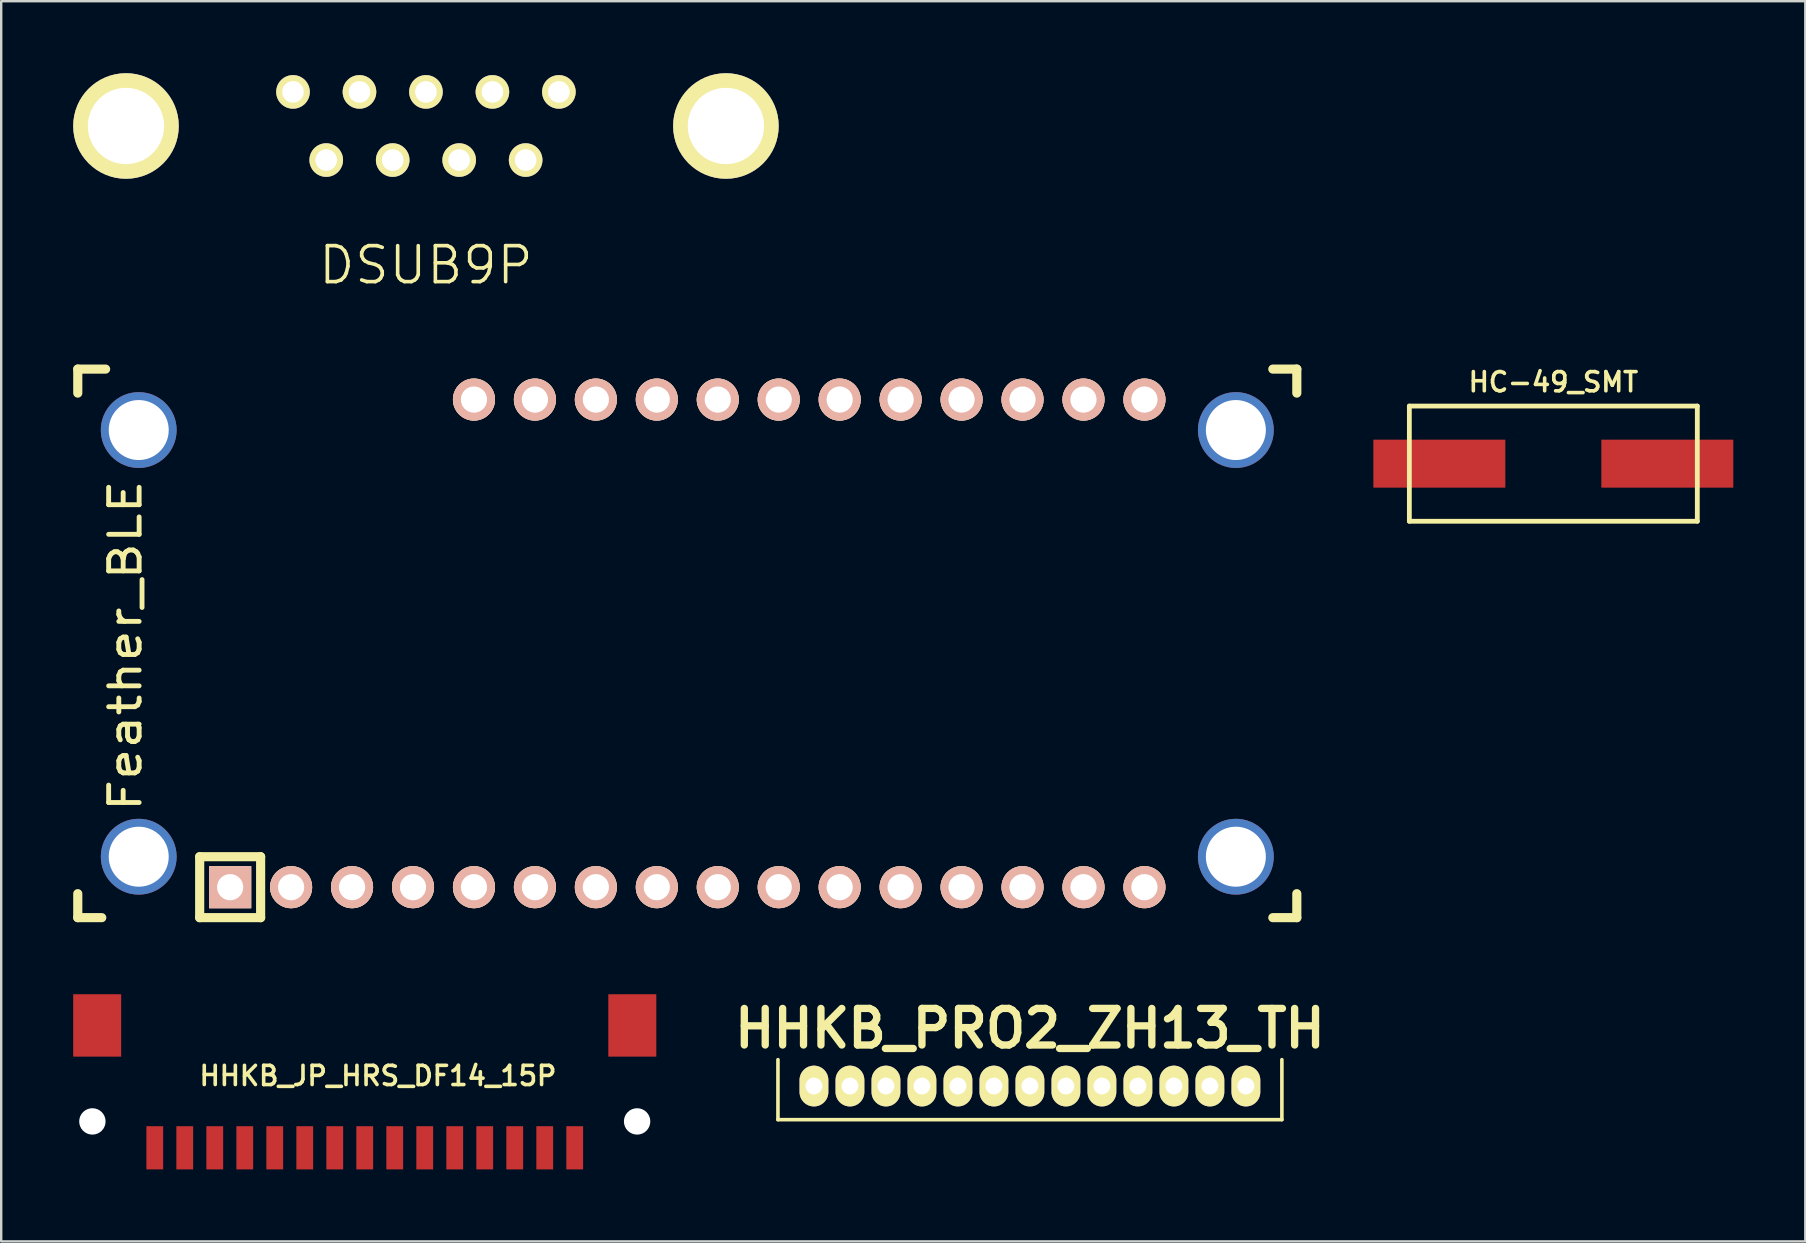
<source format=kicad_pcb>
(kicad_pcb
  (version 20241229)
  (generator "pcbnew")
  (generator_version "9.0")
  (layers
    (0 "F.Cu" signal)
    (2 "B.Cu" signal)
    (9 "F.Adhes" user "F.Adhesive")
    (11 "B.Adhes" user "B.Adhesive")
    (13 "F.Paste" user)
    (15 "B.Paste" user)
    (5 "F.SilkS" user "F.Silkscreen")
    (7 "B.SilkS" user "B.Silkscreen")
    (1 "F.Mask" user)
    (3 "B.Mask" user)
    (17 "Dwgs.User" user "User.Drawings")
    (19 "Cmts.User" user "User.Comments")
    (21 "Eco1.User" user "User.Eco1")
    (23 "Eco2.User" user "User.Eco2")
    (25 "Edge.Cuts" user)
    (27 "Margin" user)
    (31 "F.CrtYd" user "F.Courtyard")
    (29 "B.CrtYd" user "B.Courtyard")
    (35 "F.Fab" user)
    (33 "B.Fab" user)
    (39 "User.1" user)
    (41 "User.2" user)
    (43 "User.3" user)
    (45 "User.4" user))
  (footprint "HC-49_SMT"
    (layer "F.Cu")
    (at 61.681 16.272)
    (property "Reference" "HC-49_SMT" (at 0 -3.4 0) (layer "F.SilkS") (effects (font (size 0.8 0.8) (thickness 0.15))))
    (attr through_hole)
    (fp_line (start -6 -2.4) (end 6 -2.4) (stroke (width 0.2) (type solid)) (layer "F.SilkS"))
    (fp_line (start -6 2.4) (end -6 -2.4) (stroke (width 0.2) (type solid)) (layer "F.SilkS"))
    (fp_line (start 6 -2.4) (end 6 2.4) (stroke (width 0.2) (type solid)) (layer "F.SilkS"))
    (fp_line (start 6 2.4) (end -6 2.4) (stroke (width 0.2) (type solid)) (layer "F.SilkS"))
    (pad "1" smd rect (at -4.75 0) (size 5.5 2) (layers "F.Cu" "F.Mask" "F.Paste"))
    (pad "2" smd rect (at 4.75 0) (size 5.5 2) (layers "F.Cu" "F.Mask" "F.Paste")))
  (footprint "HHKB_JP_HRS_DF14_15P"
    (layer "F.Cu")
    (at 3.4 44.782)
    (property "Reference" "HHKB_JP_HRS_DF14_15P" (at 9.3 -3 0) (layer "F.SilkS") (effects (font (size 0.8 0.8) (thickness 0.15))))
    (attr through_hole)
    (pad "" np_thru_hole circle (at -2.6 -1.1) (size 1.1 1.1) (drill 1.1) (layers "*.Cu" "*.Mask"))
    (pad "" np_thru_hole circle (at 20.1 -1.1) (size 1.1 1.1) (drill 1.1) (layers "*.Cu" "*.Mask"))
    (pad "1" smd rect (at 17.5 0) (size 0.7 1.8) (layers "F.Cu" "F.Mask" "F.Paste"))
    (pad "2" smd rect (at 16.25 0) (size 0.7 1.8) (layers "F.Cu" "F.Mask" "F.Paste"))
    (pad "3" smd rect (at 15 0) (size 0.7 1.8) (layers "F.Cu" "F.Mask" "F.Paste"))
    (pad "4" smd rect (at 13.75 0) (size 0.7 1.8) (layers "F.Cu" "F.Mask" "F.Paste"))
    (pad "5" smd rect (at 12.5 0) (size 0.7 1.8) (layers "F.Cu" "F.Mask" "F.Paste"))
    (pad "6" smd rect (at 11.25 0) (size 0.7 1.8) (layers "F.Cu" "F.Mask" "F.Paste"))
    (pad "7" smd rect (at 10 0) (size 0.7 1.8) (layers "F.Cu" "F.Mask" "F.Paste"))
    (pad "8" smd rect (at 8.75 0) (size 0.7 1.8) (layers "F.Cu" "F.Mask" "F.Paste"))
    (pad "9" smd rect (at 7.5 0) (size 0.7 1.8) (layers "F.Cu" "F.Mask" "F.Paste"))
    (pad "10" smd rect (at 6.25 0) (size 0.7 1.8) (layers "F.Cu" "F.Mask" "F.Paste"))
    (pad "11" smd rect (at 5 0) (size 0.7 1.8) (layers "F.Cu" "F.Mask" "F.Paste"))
    (pad "12" smd rect (at 3.75 0) (size 0.7 1.8) (layers "F.Cu" "F.Mask" "F.Paste"))
    (pad "13" smd rect (at 2.5 0) (size 0.7 1.8) (layers "F.Cu" "F.Mask" "F.Paste"))
    (pad "14" smd rect (at 1.25 0) (size 0.7 1.8) (layers "F.Cu" "F.Mask" "F.Paste"))
    (pad "15" smd rect (at 0 0) (size 0.7 1.8) (layers "F.Cu" "F.Mask" "F.Paste"))
    (pad "16" smd rect (at -2.4 -5.1) (size 2 2.6) (layers "F.Cu" "F.Mask" "F.Paste"))
    (pad "17" smd rect (at 19.9 -5.1) (size 2 2.6) (layers "F.Cu" "F.Mask" "F.Paste")))
  (footprint "HHKB_PRO2_ZH13_TH"
    (layer "F.Cu")
    (at 39.869 42.208)
    (property "Reference" "HHKB_PRO2_ZH13_TH" (at 0 -2.4 0) (layer "F.SilkS") (effects (font (size 1.524 1.524) (thickness 0.305))))
    (attr through_hole)
    (fp_line (start -10.5 1.4) (end -10.5 -1.1) (stroke (width 0.15) (type solid)) (layer "F.SilkS"))
    (fp_line (start 10.5 -1.1) (end 10.5 1.4) (stroke (width 0.15) (type solid)) (layer "F.SilkS"))
    (fp_line (start 10.5 1.4) (end -10.5 1.4) (stroke (width 0.15) (type solid)) (layer "F.SilkS"))
    (pad "1" thru_hole oval (at 9 0) (size 1.2 1.7) (drill 0.7) (layers "*.Cu" "*.Mask" "F.SilkS"))
    (pad "2" thru_hole oval (at 7.5 0) (size 1.2 1.7) (drill 0.7) (layers "*.Cu" "*.Mask" "F.SilkS"))
    (pad "3" thru_hole oval (at 6 0) (size 1.2 1.7) (drill 0.7) (layers "*.Cu" "*.Mask" "F.SilkS"))
    (pad "4" thru_hole oval (at 4.5 0) (size 1.2 1.7) (drill 0.7) (layers "*.Cu" "*.Mask" "F.SilkS"))
    (pad "5" thru_hole oval (at 3 0) (size 1.2 1.7) (drill 0.7) (layers "*.Cu" "*.Mask" "F.SilkS"))
    (pad "6" thru_hole oval (at 1.5 0) (size 1.2 1.7) (drill 0.7) (layers "*.Cu" "*.Mask" "F.SilkS"))
    (pad "7" thru_hole oval (at 0 0) (size 1.2 1.7) (drill 0.7) (layers "*.Cu" "*.Mask" "F.SilkS"))
    (pad "8" thru_hole oval (at -1.5 0) (size 1.2 1.7) (drill 0.7) (layers "*.Cu" "*.Mask" "F.SilkS"))
    (pad "9" thru_hole oval (at -3 0) (size 1.2 1.7) (drill 0.7) (layers "*.Cu" "*.Mask" "F.SilkS"))
    (pad "10" thru_hole oval (at -4.5 0) (size 1.2 1.7) (drill 0.7) (layers "*.Cu" "*.Mask" "F.SilkS"))
    (pad "11" thru_hole oval (at -6 0) (size 1.2 1.7) (drill 0.7) (layers "*.Cu" "*.Mask" "F.SilkS"))
    (pad "12" thru_hole oval (at -7.5 0) (size 1.2 1.7) (drill 0.7) (layers "*.Cu" "*.Mask" "F.SilkS"))
    (pad "13" thru_hole oval (at -9 0) (size 1.2 1.7) (drill 0.7) (layers "*.Cu" "*.Mask" "F.SilkS")))
  (footprint "Feather_BLE"
    (layer "F.Cu")
    (at 30.671 23.761)
    (property "Reference" "Feather_BLE" (at -28.5 0.1 270) (layer "F.SilkS") (effects (font (size 1.27 1.524) (thickness 0.203))))
    (attr through_hole)
    (fp_line (start -30.48 -11.43) (end -30.48 -10.43) (stroke (width 0.381) (type solid)) (layer "F.SilkS"))
    (fp_line (start -30.48 10.43) (end -30.48 11.43) (stroke (width 0.381) (type solid)) (layer "F.SilkS"))
    (fp_line (start -30.48 11.43) (end -29.48 11.43) (stroke (width 0.381) (type solid)) (layer "F.SilkS"))
    (fp_line (start -29.32 -11.43) (end -30.48 -11.43) (stroke (width 0.381) (type solid)) (layer "F.SilkS"))
    (fp_line (start -25.4 8.89) (end -25.4 11.43) (stroke (width 0.381) (type solid)) (layer "F.SilkS"))
    (fp_line (start -25.4 8.89) (end -22.86 8.89) (stroke (width 0.381) (type solid)) (layer "F.SilkS"))
    (fp_line (start -25.4 11.43) (end -22.86 11.43) (stroke (width 0.381) (type solid)) (layer "F.SilkS"))
    (fp_line (start -22.86 8.89) (end -22.86 11.43) (stroke (width 0.381) (type solid)) (layer "F.SilkS"))
    (fp_line (start 19.32 11.43) (end 20.32 11.43) (stroke (width 0.381) (type solid)) (layer "F.SilkS"))
    (fp_line (start 20.32 -11.43) (end 19.32 -11.43) (stroke (width 0.381) (type solid)) (layer "F.SilkS"))
    (fp_line (start 20.32 -10.43) (end 20.32 -11.43) (stroke (width 0.381) (type solid)) (layer "F.SilkS"))
    (fp_line (start 20.32 11.43) (end 20.32 10.43) (stroke (width 0.381) (type solid)) (layer "F.SilkS"))
    (pad "1" thru_hole circle (at -27.94 -8.89) (size 3.16 3.16) (drill 2.5) (layers "*.Cu" "*.Mask"))
    (pad "1" thru_hole circle (at -27.94 8.89) (size 3.16 3.16) (drill 2.5) (layers "*.Cu" "*.Mask"))
    (pad "1" thru_hole rect (at -24.13 10.16) (size 1.753 1.753) (drill 1.092) (layers "*.Cu" "*.SilkS" "*.Mask"))
    (pad "1" thru_hole circle (at 17.78 -8.89) (size 3.16 3.16) (drill 2.5) (layers "*.Cu" "*.Mask"))
    (pad "1" thru_hole circle (at 17.78 8.89) (size 3.16 3.16) (drill 2.5) (layers "*.Cu" "*.Mask"))
    (pad "2" thru_hole circle (at -21.59 10.16) (size 1.753 1.753) (drill 1.092) (layers "*.Cu" "*.SilkS" "*.Mask"))
    (pad "3" thru_hole circle (at -19.05 10.16) (size 1.753 1.753) (drill 1.092) (layers "*.Cu" "*.SilkS" "*.Mask"))
    (pad "4" thru_hole circle (at -16.51 10.16) (size 1.753 1.753) (drill 1.092) (layers "*.Cu" "*.SilkS" "*.Mask"))
    (pad "5" thru_hole circle (at -13.97 10.16) (size 1.753 1.753) (drill 1.092) (layers "*.Cu" "*.SilkS" "*.Mask"))
    (pad "6" thru_hole circle (at -11.43 10.16) (size 1.753 1.753) (drill 1.092) (layers "*.Cu" "*.SilkS" "*.Mask"))
    (pad "7" thru_hole circle (at -8.89 10.16) (size 1.753 1.753) (drill 1.092) (layers "*.Cu" "*.SilkS" "*.Mask"))
    (pad "8" thru_hole circle (at -6.35 10.16) (size 1.753 1.753) (drill 1.092) (layers "*.Cu" "*.SilkS" "*.Mask"))
    (pad "9" thru_hole circle (at -3.81 10.16) (size 1.753 1.753) (drill 1.092) (layers "*.Cu" "*.SilkS" "*.Mask"))
    (pad "10" thru_hole circle (at -1.27 10.16) (size 1.753 1.753) (drill 1.092) (layers "*.Cu" "*.SilkS" "*.Mask"))
    (pad "11" thru_hole circle (at 1.27 10.16) (size 1.753 1.753) (drill 1.092) (layers "*.Cu" "*.SilkS" "*.Mask"))
    (pad "12" thru_hole circle (at 3.81 10.16) (size 1.753 1.753) (drill 1.092) (layers "*.Cu" "*.SilkS" "*.Mask"))
    (pad "13" thru_hole circle (at 6.35 10.16) (size 1.753 1.753) (drill 1.092) (layers "*.Cu" "*.SilkS" "*.Mask"))
    (pad "14" thru_hole circle (at 8.89 10.16) (size 1.753 1.753) (drill 1.092) (layers "*.Cu" "*.SilkS" "*.Mask"))
    (pad "15" thru_hole circle (at 11.43 10.16) (size 1.753 1.753) (drill 1.092) (layers "*.Cu" "*.SilkS" "*.Mask"))
    (pad "16" thru_hole circle (at 13.97 10.16) (size 1.753 1.753) (drill 1.092) (layers "*.Cu" "*.SilkS" "*.Mask"))
    (pad "17" thru_hole circle (at 13.97 -10.16) (size 1.753 1.753) (drill 1.092) (layers "*.Cu" "*.SilkS" "*.Mask"))
    (pad "18" thru_hole circle (at 11.43 -10.16) (size 1.753 1.753) (drill 1.092) (layers "*.Cu" "*.SilkS" "*.Mask"))
    (pad "19" thru_hole circle (at 8.89 -10.16) (size 1.753 1.753) (drill 1.092) (layers "*.Cu" "*.SilkS" "*.Mask"))
    (pad "20" thru_hole circle (at 6.35 -10.16) (size 1.753 1.753) (drill 1.092) (layers "*.Cu" "*.SilkS" "*.Mask"))
    (pad "21" thru_hole circle (at 3.81 -10.16) (size 1.753 1.753) (drill 1.092) (layers "*.Cu" "*.SilkS" "*.Mask"))
    (pad "22" thru_hole circle (at 1.27 -10.16) (size 1.753 1.753) (drill 1.092) (layers "*.Cu" "*.SilkS" "*.Mask"))
    (pad "23" thru_hole circle (at -1.27 -10.16) (size 1.753 1.753) (drill 1.092) (layers "*.Cu" "*.SilkS" "*.Mask"))
    (pad "24" thru_hole circle (at -3.81 -10.16) (size 1.753 1.753) (drill 1.092) (layers "*.Cu" "*.SilkS" "*.Mask"))
    (pad "25" thru_hole circle (at -6.35 -10.16) (size 1.753 1.753) (drill 1.092) (layers "*.Cu" "*.SilkS" "*.Mask"))
    (pad "26" thru_hole circle (at -8.89 -10.16) (size 1.753 1.753) (drill 1.092) (layers "*.Cu" "*.SilkS" "*.Mask"))
    (pad "27" thru_hole circle (at -11.43 -10.16) (size 1.753 1.753) (drill 1.092) (layers "*.Cu" "*.SilkS" "*.Mask"))
    (pad "28" thru_hole circle (at -13.97 -10.16) (size 1.753 1.753) (drill 1.092) (layers "*.Cu" "*.SilkS" "*.Mask")))
  (footprint "DSUB9P"
    (layer "F.Cu")
    (at 14.7 2.2)
    (property "Reference" "DSUB9P" (at 0 5.8 0) (layer "F.SilkS") (effects (font (size 1.5 1.5) (thickness 0.15))))
    (attr through_hole)
    (pad "1" thru_hole circle (at 5.54 -1.42) (size 1.4 1.4) (drill 0.9) (layers "*.Cu" "*.Mask" "F.SilkS"))
    (pad "2" thru_hole circle (at 2.77 -1.42) (size 1.4 1.4) (drill 0.9) (layers "*.Cu" "*.Mask" "F.SilkS"))
    (pad "3" thru_hole circle (at 0 -1.42) (size 1.4 1.4) (drill 0.9) (layers "*.Cu" "*.Mask" "F.SilkS"))
    (pad "4" thru_hole circle (at -2.77 -1.42) (size 1.4 1.4) (drill 0.9) (layers "*.Cu" "*.Mask" "F.SilkS"))
    (pad "5" thru_hole circle (at -5.54 -1.42) (size 1.4 1.4) (drill 0.9) (layers "*.Cu" "*.Mask" "F.SilkS"))
    (pad "6" thru_hole circle (at 4.155 1.42) (size 1.4 1.4) (drill 0.9) (layers "*.Cu" "*.Mask" "F.SilkS"))
    (pad "7" thru_hole circle (at 1.385 1.42) (size 1.4 1.4) (drill 0.9) (layers "*.Cu" "*.Mask" "F.SilkS"))
    (pad "8" thru_hole circle (at -1.385 1.42) (size 1.4 1.4) (drill 0.9) (layers "*.Cu" "*.Mask" "F.SilkS"))
    (pad "9" thru_hole circle (at -4.155 1.42) (size 1.4 1.4) (drill 0.9) (layers "*.Cu" "*.Mask" "F.SilkS"))
    (pad "10" thru_hole circle (at -12.5 0) (size 4.4 4.4) (drill 3.18) (layers "*.Cu" "*.Mask" "F.SilkS"))
    (pad "10" thru_hole circle (at 12.5 0) (size 4.4 4.4) (drill 3.18) (layers "*.Cu" "*.Mask" "F.SilkS")))
  (gr_rect
    (start -3 -3)
    (end 72.181 48.682)
    (stroke (width 0.1) (type default))
    (fill no)
    (layer "Edge.Cuts")))
</source>
